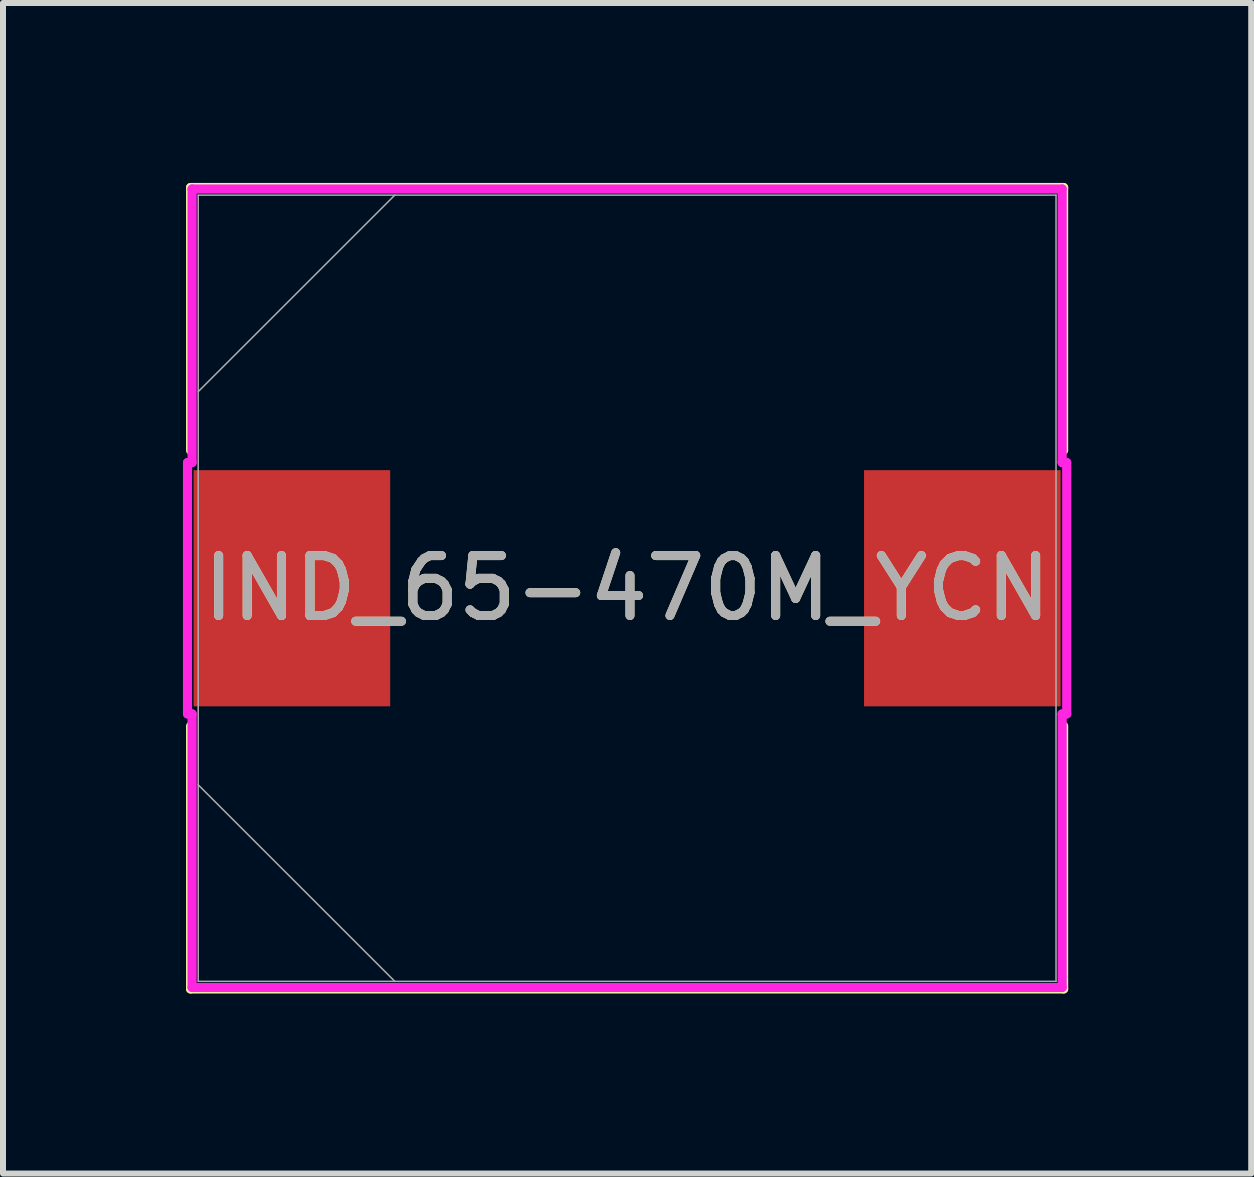
<source format=kicad_pcb>
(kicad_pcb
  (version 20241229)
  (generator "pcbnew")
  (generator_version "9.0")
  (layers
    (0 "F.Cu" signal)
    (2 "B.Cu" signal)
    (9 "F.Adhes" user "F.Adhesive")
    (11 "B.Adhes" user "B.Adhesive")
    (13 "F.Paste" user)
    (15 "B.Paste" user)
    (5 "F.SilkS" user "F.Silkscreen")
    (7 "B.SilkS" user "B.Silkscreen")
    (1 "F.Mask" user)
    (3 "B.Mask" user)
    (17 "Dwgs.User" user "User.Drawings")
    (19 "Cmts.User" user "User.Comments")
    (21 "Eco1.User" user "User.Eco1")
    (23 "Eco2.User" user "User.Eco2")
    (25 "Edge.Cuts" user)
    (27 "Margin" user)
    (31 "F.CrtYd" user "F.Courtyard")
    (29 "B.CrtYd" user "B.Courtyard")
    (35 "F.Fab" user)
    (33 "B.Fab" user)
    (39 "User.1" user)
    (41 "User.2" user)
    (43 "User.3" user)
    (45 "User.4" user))
  (footprint "IND_65-470M_YCN"
    (layer "F.Cu")
    (at 7.404 6.756)
    (property "Reference" "IND_65-470M_YCN" (at 0 0 0) (unlocked yes) (layer "F.SilkS") (effects (font (size 1 1) (thickness 0.15))))
    (attr smd)
    (fp_line (start -7.277 -6.68) (end -7.277 -2.297) (stroke (width 0.152) (type solid)) (layer "F.SilkS"))
    (fp_line (start -7.277 2.297) (end -7.277 6.68) (stroke (width 0.152) (type solid)) (layer "F.SilkS"))
    (fp_line (start -7.277 6.68) (end 7.277 6.68) (stroke (width 0.152) (type solid)) (layer "F.SilkS"))
    (fp_line (start 7.277 -6.68) (end -7.277 -6.68) (stroke (width 0.152) (type solid)) (layer "F.SilkS"))
    (fp_line (start 7.277 -2.297) (end 7.277 -6.68) (stroke (width 0.152) (type solid)) (layer "F.SilkS"))
    (fp_line (start 7.277 6.68) (end 7.277 2.297) (stroke (width 0.152) (type solid)) (layer "F.SilkS"))
    (fp_line (start -7.328 -2.095) (end -7.252 -2.095) (stroke (width 0.152) (type solid)) (layer "F.CrtYd"))
    (fp_line (start -7.328 2.095) (end -7.328 -2.095) (stroke (width 0.152) (type solid)) (layer "F.CrtYd"))
    (fp_line (start -7.252 -6.655) (end 7.252 -6.655) (stroke (width 0.152) (type solid)) (layer "F.CrtYd"))
    (fp_line (start -7.252 -2.095) (end -7.252 -6.655) (stroke (width 0.152) (type solid)) (layer "F.CrtYd"))
    (fp_line (start -7.252 2.095) (end -7.328 2.095) (stroke (width 0.152) (type solid)) (layer "F.CrtYd"))
    (fp_line (start -7.252 2.095) (end -7.252 6.655) (stroke (width 0.152) (type solid)) (layer "F.CrtYd"))
    (fp_line (start -7.252 6.655) (end 7.252 6.655) (stroke (width 0.152) (type solid)) (layer "F.CrtYd"))
    (fp_line (start 7.252 -6.655) (end 7.252 -2.095) (stroke (width 0.152) (type solid)) (layer "F.CrtYd"))
    (fp_line (start 7.252 -2.095) (end 7.328 -2.095) (stroke (width 0.152) (type solid)) (layer "F.CrtYd"))
    (fp_line (start 7.252 2.095) (end 7.328 2.095) (stroke (width 0.152) (type solid)) (layer "F.CrtYd"))
    (fp_line (start 7.252 6.655) (end 7.252 2.095) (stroke (width 0.152) (type solid)) (layer "F.CrtYd"))
    (fp_line (start 7.328 -2.095) (end 7.328 2.095) (stroke (width 0.152) (type solid)) (layer "F.CrtYd"))
    (fp_line (start -7.15 -6.553) (end -7.15 6.553) (stroke (width 0.025) (type solid)) (layer "F.Fab"))
    (fp_line (start -7.15 -3.277) (end -3.873 -6.553) (stroke (width 0.025) (type solid)) (layer "F.Fab"))
    (fp_line (start -7.15 3.277) (end -3.873 6.553) (stroke (width 0.025) (type solid)) (layer "F.Fab"))
    (fp_line (start -7.15 6.553) (end 7.15 6.553) (stroke (width 0.025) (type solid)) (layer "F.Fab"))
    (fp_line (start 7.15 -6.553) (end -7.15 -6.553) (stroke (width 0.025) (type solid)) (layer "F.Fab"))
    (fp_line (start 7.15 6.553) (end 7.15 -6.553) (stroke (width 0.025) (type solid)) (layer "F.Fab"))
    (fp_text user "${REFERENCE}" (at 0 0 0) (unlocked yes) (layer "F.Fab") (effects (font (size 1 1) (thickness 0.15))))
    (pad "1" smd rect (at -5.588 0 90) (size 3.937 3.277) (layers "F.Cu" "F.Mask" "F.Paste"))
    (pad "2" smd rect (at 5.588 0 90) (size 3.937 3.277) (layers "F.Cu" "F.Mask" "F.Paste")))
  (gr_rect
    (start -3 -3)
    (end 17.808 16.513)
    (stroke (width 0.1) (type default))
    (fill no)
    (layer "Edge.Cuts")))
</source>
